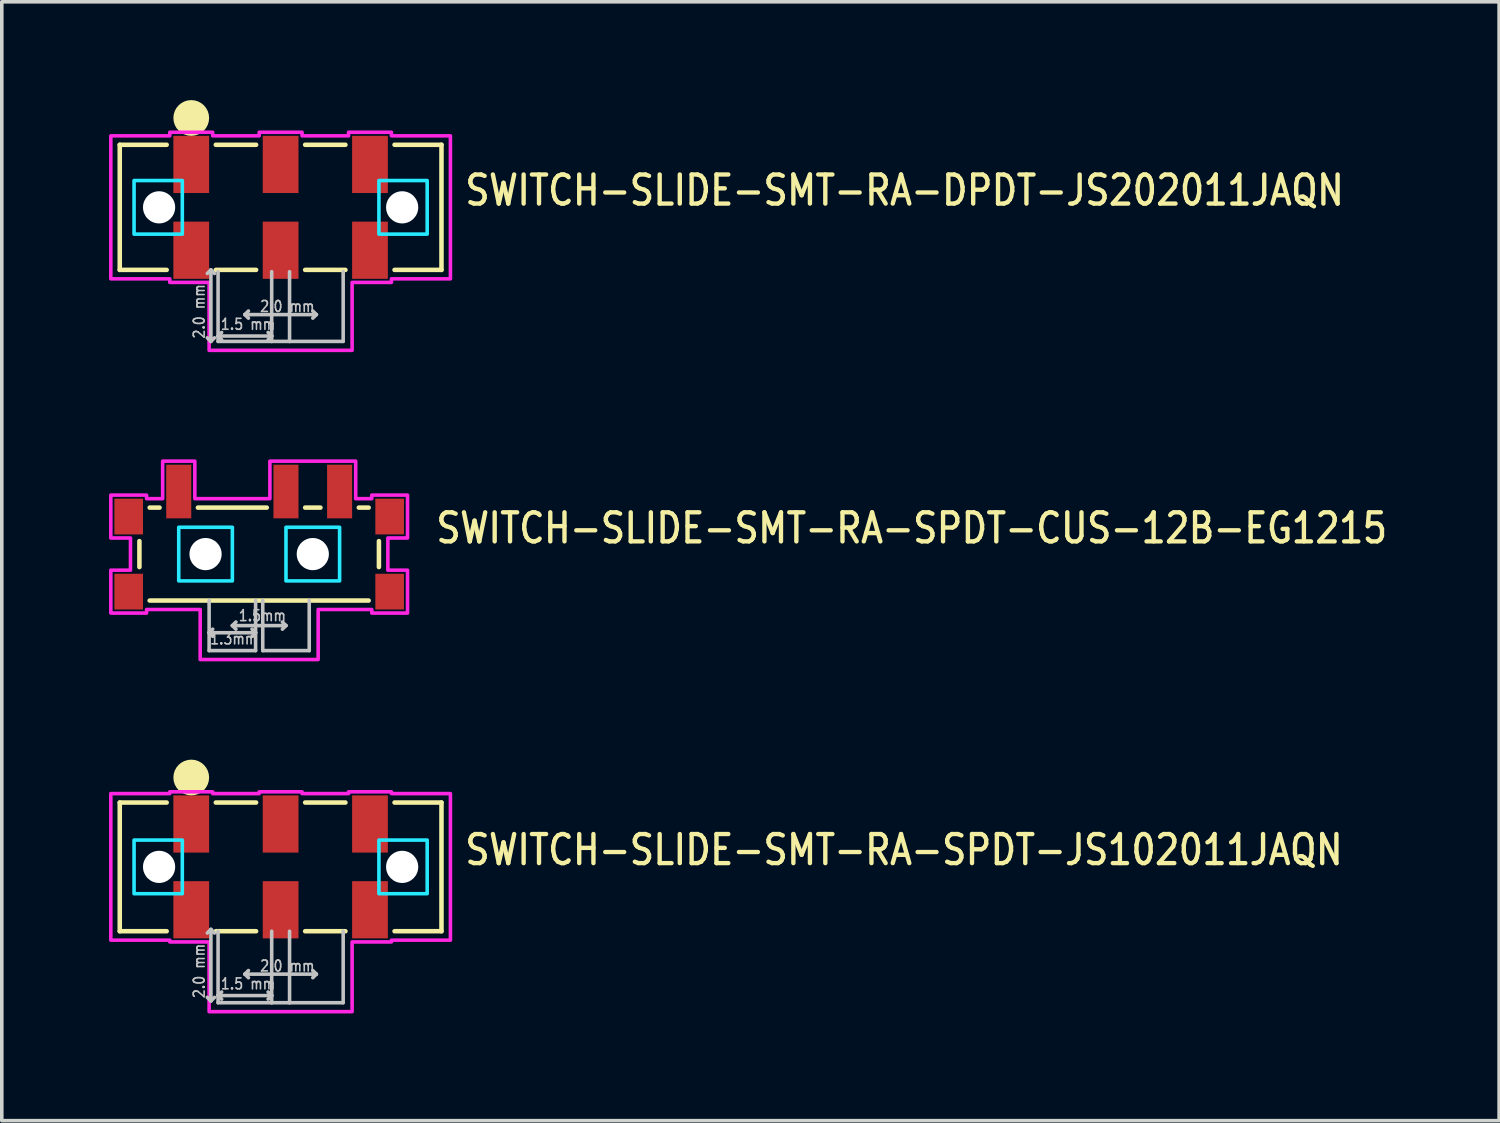
<source format=kicad_pcb>
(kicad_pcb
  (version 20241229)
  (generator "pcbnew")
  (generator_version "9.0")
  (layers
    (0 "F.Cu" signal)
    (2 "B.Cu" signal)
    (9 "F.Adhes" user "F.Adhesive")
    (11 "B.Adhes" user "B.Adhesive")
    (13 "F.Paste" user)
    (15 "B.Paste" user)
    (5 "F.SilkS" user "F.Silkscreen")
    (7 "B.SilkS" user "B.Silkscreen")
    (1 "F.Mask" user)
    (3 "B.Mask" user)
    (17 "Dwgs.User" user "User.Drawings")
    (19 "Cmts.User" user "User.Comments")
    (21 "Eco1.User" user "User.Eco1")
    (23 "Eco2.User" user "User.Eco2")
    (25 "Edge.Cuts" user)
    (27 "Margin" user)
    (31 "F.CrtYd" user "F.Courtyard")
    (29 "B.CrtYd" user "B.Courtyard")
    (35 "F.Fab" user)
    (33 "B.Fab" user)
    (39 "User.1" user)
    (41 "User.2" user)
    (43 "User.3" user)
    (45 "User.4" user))
  (footprint "SWITCH-SLIDE-SMT-RA-DPDT-JS202011JAQN"
    (layer "F.Cu")
    (at 4.8 2.75)
    (property "Reference" "SWITCH-SLIDE-SMT-RA-DPDT-JS202011JAQN" (at 5.096 0 0) (unlocked yes) (layer "F.SilkS") (effects (font (size 0.813 0.695) (thickness 0.122)) (justify left bottom)))
    (fp_line (start -4.5 -1.75) (end -4.5 1.75) (stroke (width 0.127) (type solid)) (layer "F.SilkS"))
    (fp_line (start -3.187 -1.75) (end -4.5 -1.75) (stroke (width 0.127) (type solid)) (layer "F.SilkS"))
    (fp_line (start -3.187 1.75) (end -4.5 1.75) (stroke (width 0.127) (type solid)) (layer "F.SilkS"))
    (fp_line (start -0.686 -1.75) (end -1.813 -1.75) (stroke (width 0.127) (type solid)) (layer "F.SilkS"))
    (fp_line (start -0.686 1.75) (end -1.813 1.75) (stroke (width 0.127) (type solid)) (layer "F.SilkS"))
    (fp_line (start 1.813 -1.75) (end 0.686 -1.75) (stroke (width 0.127) (type solid)) (layer "F.SilkS"))
    (fp_line (start 1.813 1.75) (end 0.686 1.75) (stroke (width 0.127) (type solid)) (layer "F.SilkS"))
    (fp_line (start 3.187 -1.75) (end 4.5 -1.75) (stroke (width 0.127) (type solid)) (layer "F.SilkS"))
    (fp_line (start 3.187 1.75) (end 4.5 1.75) (stroke (width 0.127) (type solid)) (layer "F.SilkS"))
    (fp_line (start 4.5 -1.75) (end 4.5 1.75) (stroke (width 0.127) (type solid)) (layer "F.SilkS"))
    (fp_circle (center -2.5 -2.5) (end -2.5 -2.5) (stroke (width 0.5) (type solid)) (fill no) (layer "F.SilkS"))
    (fp_line (start -1.95 1.75) (end -2.05 1.85) (stroke (width 0.1) (type solid)) (layer "Dwgs.User"))
    (fp_line (start -1.95 1.75) (end -1.95 3.75) (stroke (width 0.1) (type solid)) (layer "Dwgs.User"))
    (fp_line (start -1.95 3.75) (end -2.05 3.65) (stroke (width 0.1) (type solid)) (layer "Dwgs.User"))
    (fp_line (start -1.95 3.75) (end -1.85 3.65) (stroke (width 0.1) (type solid)) (layer "Dwgs.User"))
    (fp_line (start -1.85 1.85) (end -1.95 1.75) (stroke (width 0.1) (type solid)) (layer "Dwgs.User"))
    (fp_line (start -1.75 3.6) (end -1.75 1.8) (stroke (width 0.1) (type solid)) (layer "Dwgs.User"))
    (fp_line (start -1.75 3.6) (end -1.65 3.5) (stroke (width 0.1) (type solid)) (layer "Dwgs.User"))
    (fp_line (start -1.75 3.6) (end -1.65 3.7) (stroke (width 0.1) (type solid)) (layer "Dwgs.User"))
    (fp_line (start -1.75 3.6) (end -0.25 3.6) (stroke (width 0.1) (type solid)) (layer "Dwgs.User"))
    (fp_line (start -1.75 3.75) (end -1.75 3.6) (stroke (width 0.1) (type solid)) (layer "Dwgs.User"))
    (fp_line (start -1 3) (end -0.9 2.9) (stroke (width 0.1) (type solid)) (layer "Dwgs.User"))
    (fp_line (start -1 3) (end -0.9 3.1) (stroke (width 0.1) (type solid)) (layer "Dwgs.User"))
    (fp_line (start -0.25 1.8) (end -0.25 3.6) (stroke (width 0.1) (type solid)) (layer "Dwgs.User"))
    (fp_line (start -0.25 3.6) (end -0.35 3.5) (stroke (width 0.1) (type solid)) (layer "Dwgs.User"))
    (fp_line (start -0.25 3.6) (end -0.35 3.7) (stroke (width 0.1) (type solid)) (layer "Dwgs.User"))
    (fp_line (start -0.25 3.6) (end -0.25 3.75) (stroke (width 0.1) (type solid)) (layer "Dwgs.User"))
    (fp_line (start -0.25 3.75) (end -1.75 3.75) (stroke (width 0.1) (type solid)) (layer "Dwgs.User"))
    (fp_line (start 0.25 1.8) (end 0.25 3.75) (stroke (width 0.1) (type solid)) (layer "Dwgs.User"))
    (fp_line (start 0.25 3.75) (end -0.25 3.75) (stroke (width 0.1) (type solid)) (layer "Dwgs.User"))
    (fp_line (start 1 3) (end -1 3) (stroke (width 0.1) (type solid)) (layer "Dwgs.User"))
    (fp_line (start 1 3) (end 0.9 2.9) (stroke (width 0.1) (type solid)) (layer "Dwgs.User"))
    (fp_line (start 1 3) (end 0.9 3.1) (stroke (width 0.1) (type solid)) (layer "Dwgs.User"))
    (fp_line (start 1.75 1.8) (end 1.75 3.75) (stroke (width 0.1) (type solid)) (layer "Dwgs.User"))
    (fp_line (start 1.75 3.75) (end 0.25 3.75) (stroke (width 0.1) (type solid)) (layer "Dwgs.User"))
    (fp_poly (pts (xy -4.1 -0.75) (xy -2.75 -0.75) (xy -2.75 0.75) (xy -4.1 0.75)) (stroke (width 0.1) (type solid)) (fill no) (layer "B.CrtYd"))
    (fp_poly (pts (xy 2.75 -0.75) (xy 4.1 -0.75) (xy 4.1 0.75) (xy 2.75 0.75)) (stroke (width 0.1) (type solid)) (fill no) (layer "B.CrtYd"))
    (fp_poly (pts (xy -4.75 -2) (xy -3.1 -2) (xy -3.1 -2.1) (xy -1.9 -2.1) (xy -1.9 -2) (xy -0.6 -2) (xy -0.6 -2.1) (xy 0.6 -2.1) (xy 0.6 -2) (xy 1.9 -2) (xy 1.9 -2.1) (xy 3.1 -2.1) (xy 3.1 -2) (xy 4.75 -2) (xy 4.75 2) (xy 3.1 2) (xy 3.1 2.1) (xy 2 2.1) (xy 2 4) (xy -2 4) (xy -2 2.1) (xy -3.1 2.1) (xy -3.1 2) (xy -4.75 2)) (stroke (width 0.1) (type solid)) (fill no) (layer "F.CrtYd"))
    (fp_text user "2.0 mm" (at -0.6 2.95 0) (unlocked yes) (layer "Dwgs.User") (effects (font (size 0.305 0.261) (thickness 0.046)) (justify left bottom)))
    (fp_text user "2.0 mm" (at -2.1 3.7 90) (unlocked yes) (layer "Dwgs.User") (effects (font (size 0.305 0.261) (thickness 0.046)) (justify left bottom)))
    (fp_text user "1.5 mm" (at -1.7 3.45 0) (unlocked yes) (layer "Dwgs.User") (effects (font (size 0.305 0.261) (thickness 0.046)) (justify left bottom)))
    (pad "" np_thru_hole circle (at -3.4 0) (size 0.9 0.9) (drill 0.9) (layers "*.Cu" "*.Mask"))
    (pad "" np_thru_hole circle (at 3.4 0) (size 0.9 0.9) (drill 0.9) (layers "*.Cu" "*.Mask"))
    (pad "P$1" smd rect (at -2.5 -1.2) (size 1 1.6) (layers "F.Cu" "F.Mask" "F.Paste"))
    (pad "P$2" smd rect (at 0 -1.2) (size 1 1.6) (layers "F.Cu" "F.Mask" "F.Paste"))
    (pad "P$3" smd rect (at 2.5 -1.2) (size 1 1.6) (layers "F.Cu" "F.Mask" "F.Paste"))
    (pad "P$5" smd rect (at -2.5 1.2) (size 1 1.6) (layers "F.Cu" "F.Mask" "F.Paste"))
    (pad "P$6" smd rect (at 0 1.2) (size 1 1.6) (layers "F.Cu" "F.Mask" "F.Paste"))
    (pad "P$7" smd rect (at 2.5 1.2) (size 1 1.6) (layers "F.Cu" "F.Mask" "F.Paste")))
  (footprint "SWITCH-SLIDE-SMT-RA-SPDT-CUS-12B-EG1215"
    (layer "F.Cu")
    (at 4.2 12.45)
    (property "Reference" "SWITCH-SLIDE-SMT-RA-SPDT-CUS-12B-EG1215" (at 4.886 -0.25 0) (unlocked yes) (layer "F.SilkS") (effects (font (size 0.813 0.695) (thickness 0.122)) (justify left bottom)))
    (fp_line (start -3.35 -0.363) (end -3.35 0.363) (stroke (width 0.127) (type solid)) (layer "F.SilkS"))
    (fp_line (start -3.063 1.3) (end 3.063 1.3) (stroke (width 0.127) (type solid)) (layer "F.SilkS"))
    (fp_line (start -2.787 -1.3) (end -3.063 -1.3) (stroke (width 0.127) (type solid)) (layer "F.SilkS"))
    (fp_line (start -1.714 -1.3) (end 0.213 -1.3) (stroke (width 0.127) (type solid)) (layer "F.SilkS"))
    (fp_line (start 1.714 -1.3) (end 1.286 -1.3) (stroke (width 0.127) (type solid)) (layer "F.SilkS"))
    (fp_line (start 3.063 -1.3) (end 2.787 -1.3) (stroke (width 0.127) (type solid)) (layer "F.SilkS"))
    (fp_line (start 3.35 -0.363) (end 3.35 0.363) (stroke (width 0.127) (type solid)) (layer "F.SilkS"))
    (fp_line (start -1.4 1.3) (end -1.4 2.7) (stroke (width 0.1) (type solid)) (layer "Dwgs.User"))
    (fp_line (start -1.4 2.2) (end -1.3 2.1) (stroke (width 0.1) (type solid)) (layer "Dwgs.User"))
    (fp_line (start -1.4 2.2) (end -1.3 2.3) (stroke (width 0.1) (type solid)) (layer "Dwgs.User"))
    (fp_line (start -1.4 2.2) (end -0.1 2.2) (stroke (width 0.1) (type solid)) (layer "Dwgs.User"))
    (fp_line (start -1.4 2.7) (end -0.1 2.7) (stroke (width 0.1) (type solid)) (layer "Dwgs.User"))
    (fp_line (start -0.75 2) (end -0.65 1.9) (stroke (width 0.1) (type solid)) (layer "Dwgs.User"))
    (fp_line (start -0.75 2) (end -0.65 2.1) (stroke (width 0.1) (type solid)) (layer "Dwgs.User"))
    (fp_line (start -0.75 2) (end 0.75 2) (stroke (width 0.1) (type solid)) (layer "Dwgs.User"))
    (fp_line (start -0.1 2.2) (end -0.2 2.1) (stroke (width 0.1) (type solid)) (layer "Dwgs.User"))
    (fp_line (start -0.1 2.2) (end -0.2 2.3) (stroke (width 0.1) (type solid)) (layer "Dwgs.User"))
    (fp_line (start -0.1 2.7) (end -0.1 1.3) (stroke (width 0.1) (type solid)) (layer "Dwgs.User"))
    (fp_line (start 0.1 1.3) (end 0.1 2.7) (stroke (width 0.1) (type solid)) (layer "Dwgs.User"))
    (fp_line (start 0.1 2.7) (end 1.4 2.7) (stroke (width 0.1) (type solid)) (layer "Dwgs.User"))
    (fp_line (start 0.75 2) (end 0.65 1.9) (stroke (width 0.1) (type solid)) (layer "Dwgs.User"))
    (fp_line (start 0.75 2) (end 0.65 2.1) (stroke (width 0.1) (type solid)) (layer "Dwgs.User"))
    (fp_line (start 1.4 2.7) (end 1.4 1.3) (stroke (width 0.1) (type solid)) (layer "Dwgs.User"))
    (fp_poly (pts (xy -2.25 -0.75) (xy -0.75 -0.75) (xy -0.75 0.75) (xy -2.25 0.75)) (stroke (width 0.1) (type solid)) (fill no) (layer "B.CrtYd"))
    (fp_poly (pts (xy 0.75 -0.75) (xy 2.25 -0.75) (xy 2.25 0.75) (xy 0.75 0.75)) (stroke (width 0.1) (type solid)) (fill no) (layer "B.CrtYd"))
    (fp_poly (pts (xy -4.15 -1.65) (xy -3.15 -1.65) (xy -3.15 -1.55) (xy -2.7 -1.55) (xy -2.7 -2.6) (xy -1.8 -2.6) (xy -1.8 -1.55) (xy 0.3 -1.55) (xy 0.3 -2.6) (xy 2.7 -2.6) (xy 2.7 -1.55) (xy 3.15 -1.55) (xy 3.15 -1.65) (xy 4.15 -1.65) (xy 4.15 -0.45) (xy 3.6 -0.45) (xy 3.6 0.45) (xy 4.15 0.45) (xy 4.15 1.65) (xy 3.15 1.65) (xy 3.15 1.55) (xy 1.65 1.55) (xy 1.65 2.95) (xy -1.65 2.95) (xy -1.65 1.55) (xy -3.15 1.55) (xy -3.15 1.65) (xy -4.15 1.65) (xy -4.15 0.45) (xy -3.6 0.45) (xy -3.6 -0.45) (xy -4.15 -0.45)) (stroke (width 0.1) (type solid)) (fill no) (layer "F.CrtYd"))
    (fp_text user "1.5mm" (at -0.6 1.9 0) (unlocked yes) (layer "Dwgs.User") (effects (font (size 0.305 0.261) (thickness 0.046)) (justify left bottom)))
    (fp_text user "1.3mm" (at -1.4 2.55 0) (unlocked yes) (layer "Dwgs.User") (effects (font (size 0.305 0.261) (thickness 0.046)) (justify left bottom)))
    (pad "" np_thru_hole circle (at -1.5 0) (size 0.9 0.9) (drill 0.9) (layers "*.Cu" "*.Mask"))
    (pad "" np_thru_hole circle (at 1.5 0) (size 0.9 0.9) (drill 0.9) (layers "*.Cu" "*.Mask"))
    (pad "C$1" smd rect (at -3.65 1.05) (size 0.8 1) (layers "F.Cu" "F.Mask" "F.Paste"))
    (pad "C$2" smd rect (at -3.65 -1.05) (size 0.8 1) (layers "F.Cu" "F.Mask" "F.Paste"))
    (pad "C$3" smd rect (at 3.65 -1.05) (size 0.8 1) (layers "F.Cu" "F.Mask" "F.Paste"))
    (pad "C$4" smd rect (at 3.65 1.05) (size 0.8 1) (layers "F.Cu" "F.Mask" "F.Paste"))
    (pad "P$1" smd rect (at -2.25 -1.75) (size 0.7 1.5) (layers "F.Cu" "F.Mask" "F.Paste"))
    (pad "P$2" smd rect (at 0.75 -1.75) (size 0.7 1.5) (layers "F.Cu" "F.Mask" "F.Paste"))
    (pad "P$3" smd rect (at 2.25 -1.75) (size 0.7 1.5) (layers "F.Cu" "F.Mask" "F.Paste")))
  (footprint "SWITCH-SLIDE-SMT-RA-SPDT-JS102011JAQN"
    (layer "F.Cu")
    (at 4.8 21.2)
    (property "Reference" "SWITCH-SLIDE-SMT-RA-SPDT-JS102011JAQN" (at 5.096 0 0) (unlocked yes) (layer "F.SilkS") (effects (font (size 0.813 0.695) (thickness 0.122)) (justify left bottom)))
    (fp_line (start -4.5 -1.8) (end -4.5 1.8) (stroke (width 0.127) (type solid)) (layer "F.SilkS"))
    (fp_line (start -3.187 -1.8) (end -4.5 -1.8) (stroke (width 0.127) (type solid)) (layer "F.SilkS"))
    (fp_line (start -3.187 1.8) (end -4.5 1.8) (stroke (width 0.127) (type solid)) (layer "F.SilkS"))
    (fp_line (start -0.686 -1.8) (end -1.813 -1.8) (stroke (width 0.127) (type solid)) (layer "F.SilkS"))
    (fp_line (start -0.686 1.8) (end -1.813 1.8) (stroke (width 0.127) (type solid)) (layer "F.SilkS"))
    (fp_line (start 1.813 -1.8) (end 0.686 -1.8) (stroke (width 0.127) (type solid)) (layer "F.SilkS"))
    (fp_line (start 1.813 1.8) (end 0.686 1.8) (stroke (width 0.127) (type solid)) (layer "F.SilkS"))
    (fp_line (start 3.187 -1.8) (end 4.5 -1.8) (stroke (width 0.127) (type solid)) (layer "F.SilkS"))
    (fp_line (start 3.187 1.8) (end 4.5 1.8) (stroke (width 0.127) (type solid)) (layer "F.SilkS"))
    (fp_line (start 4.5 -1.8) (end 4.5 1.8) (stroke (width 0.127) (type solid)) (layer "F.SilkS"))
    (fp_circle (center -2.5 -2.5) (end -2.5 -2.5) (stroke (width 0.5) (type solid)) (fill no) (layer "F.SilkS"))
    (fp_line (start -1.95 1.75) (end -2.05 1.85) (stroke (width 0.1) (type solid)) (layer "Dwgs.User"))
    (fp_line (start -1.95 1.75) (end -1.95 3.75) (stroke (width 0.1) (type solid)) (layer "Dwgs.User"))
    (fp_line (start -1.95 3.75) (end -2.05 3.65) (stroke (width 0.1) (type solid)) (layer "Dwgs.User"))
    (fp_line (start -1.95 3.75) (end -1.85 3.65) (stroke (width 0.1) (type solid)) (layer "Dwgs.User"))
    (fp_line (start -1.85 1.85) (end -1.95 1.75) (stroke (width 0.1) (type solid)) (layer "Dwgs.User"))
    (fp_line (start -1.75 3.6) (end -1.75 1.8) (stroke (width 0.1) (type solid)) (layer "Dwgs.User"))
    (fp_line (start -1.75 3.6) (end -1.65 3.5) (stroke (width 0.1) (type solid)) (layer "Dwgs.User"))
    (fp_line (start -1.75 3.6) (end -1.65 3.7) (stroke (width 0.1) (type solid)) (layer "Dwgs.User"))
    (fp_line (start -1.75 3.6) (end -0.25 3.6) (stroke (width 0.1) (type solid)) (layer "Dwgs.User"))
    (fp_line (start -1.75 3.8) (end -1.75 3.6) (stroke (width 0.1) (type solid)) (layer "Dwgs.User"))
    (fp_line (start -1 3) (end -0.9 2.9) (stroke (width 0.1) (type solid)) (layer "Dwgs.User"))
    (fp_line (start -1 3) (end -0.9 3.1) (stroke (width 0.1) (type solid)) (layer "Dwgs.User"))
    (fp_line (start -0.25 1.8) (end -0.25 3.6) (stroke (width 0.1) (type solid)) (layer "Dwgs.User"))
    (fp_line (start -0.25 3.6) (end -0.35 3.5) (stroke (width 0.1) (type solid)) (layer "Dwgs.User"))
    (fp_line (start -0.25 3.6) (end -0.35 3.7) (stroke (width 0.1) (type solid)) (layer "Dwgs.User"))
    (fp_line (start -0.25 3.6) (end -0.25 3.8) (stroke (width 0.1) (type solid)) (layer "Dwgs.User"))
    (fp_line (start -0.25 3.8) (end -1.75 3.8) (stroke (width 0.1) (type solid)) (layer "Dwgs.User"))
    (fp_line (start 0.25 1.8) (end 0.25 3.8) (stroke (width 0.1) (type solid)) (layer "Dwgs.User"))
    (fp_line (start 0.25 3.8) (end -0.25 3.8) (stroke (width 0.1) (type solid)) (layer "Dwgs.User"))
    (fp_line (start 1 3) (end -1 3) (stroke (width 0.1) (type solid)) (layer "Dwgs.User"))
    (fp_line (start 1 3) (end 0.9 2.9) (stroke (width 0.1) (type solid)) (layer "Dwgs.User"))
    (fp_line (start 1 3) (end 0.9 3.1) (stroke (width 0.1) (type solid)) (layer "Dwgs.User"))
    (fp_line (start 1.75 1.8) (end 1.75 3.8) (stroke (width 0.1) (type solid)) (layer "Dwgs.User"))
    (fp_line (start 1.75 3.8) (end 0.25 3.8) (stroke (width 0.1) (type solid)) (layer "Dwgs.User"))
    (fp_poly (pts (xy -4.1 -0.75) (xy -2.75 -0.75) (xy -2.75 0.75) (xy -4.1 0.75)) (stroke (width 0.1) (type solid)) (fill no) (layer "B.CrtYd"))
    (fp_poly (pts (xy 2.75 -0.75) (xy 4.1 -0.75) (xy 4.1 0.75) (xy 2.75 0.75)) (stroke (width 0.1) (type solid)) (fill no) (layer "B.CrtYd"))
    (fp_poly (pts (xy -4.75 -2.05) (xy -3.1 -2.05) (xy -3.1 -2.1) (xy -1.9 -2.1) (xy -1.9 -2.05) (xy -0.6 -2.05) (xy -0.6 -2.1) (xy 0.6 -2.1) (xy 0.6 -2.05) (xy 1.9 -2.05) (xy 1.9 -2.1) (xy 3.1 -2.1) (xy 3.1 -2.05) (xy 4.75 -2.05) (xy 4.75 2.05) (xy 3.1 2.05) (xy 3.1 2.1) (xy 2 2.1) (xy 2 4.05) (xy -2 4.05) (xy -2 2.1) (xy -3.1 2.1) (xy -3.1 2.05) (xy -4.75 2.05)) (stroke (width 0.1) (type solid)) (fill no) (layer "F.CrtYd"))
    (fp_text user "2.0 mm" (at -2.1 3.7 90) (unlocked yes) (layer "Dwgs.User") (effects (font (size 0.305 0.261) (thickness 0.046)) (justify left bottom)))
    (fp_text user "2.0 mm" (at -0.6 2.95 0) (unlocked yes) (layer "Dwgs.User") (effects (font (size 0.305 0.261) (thickness 0.046)) (justify left bottom)))
    (fp_text user "1.5 mm" (at -1.7 3.45 0) (unlocked yes) (layer "Dwgs.User") (effects (font (size 0.305 0.261) (thickness 0.046)) (justify left bottom)))
    (pad "" np_thru_hole circle (at -3.4 0) (size 0.9 0.9) (drill 0.9) (layers "*.Cu" "*.Mask"))
    (pad "" np_thru_hole circle (at 3.4 0) (size 0.9 0.9) (drill 0.9) (layers "*.Cu" "*.Mask"))
    (pad "P$1.1" smd rect (at -2.5 1.2) (size 1 1.6) (layers "F.Cu" "F.Mask" "F.Paste"))
    (pad "P$1.2" smd rect (at -2.5 -1.2) (size 1 1.6) (layers "F.Cu" "F.Mask" "F.Paste"))
    (pad "P$2.1" smd rect (at 0 1.2) (size 1 1.6) (layers "F.Cu" "F.Mask" "F.Paste"))
    (pad "P$2.2" smd rect (at 0 -1.2) (size 1 1.6) (layers "F.Cu" "F.Mask" "F.Paste"))
    (pad "P$3.1" smd rect (at 2.5 1.2) (size 1 1.6) (layers "F.Cu" "F.Mask" "F.Paste"))
    (pad "P$3.2" smd rect (at 2.5 -1.2) (size 1 1.6) (layers "F.Cu" "F.Mask" "F.Paste")))
  (gr_rect
    (start -3 -3)
    (end 38.886 28.3)
    (stroke (width 0.1) (type default))
    (fill no)
    (layer "Edge.Cuts")))
</source>
